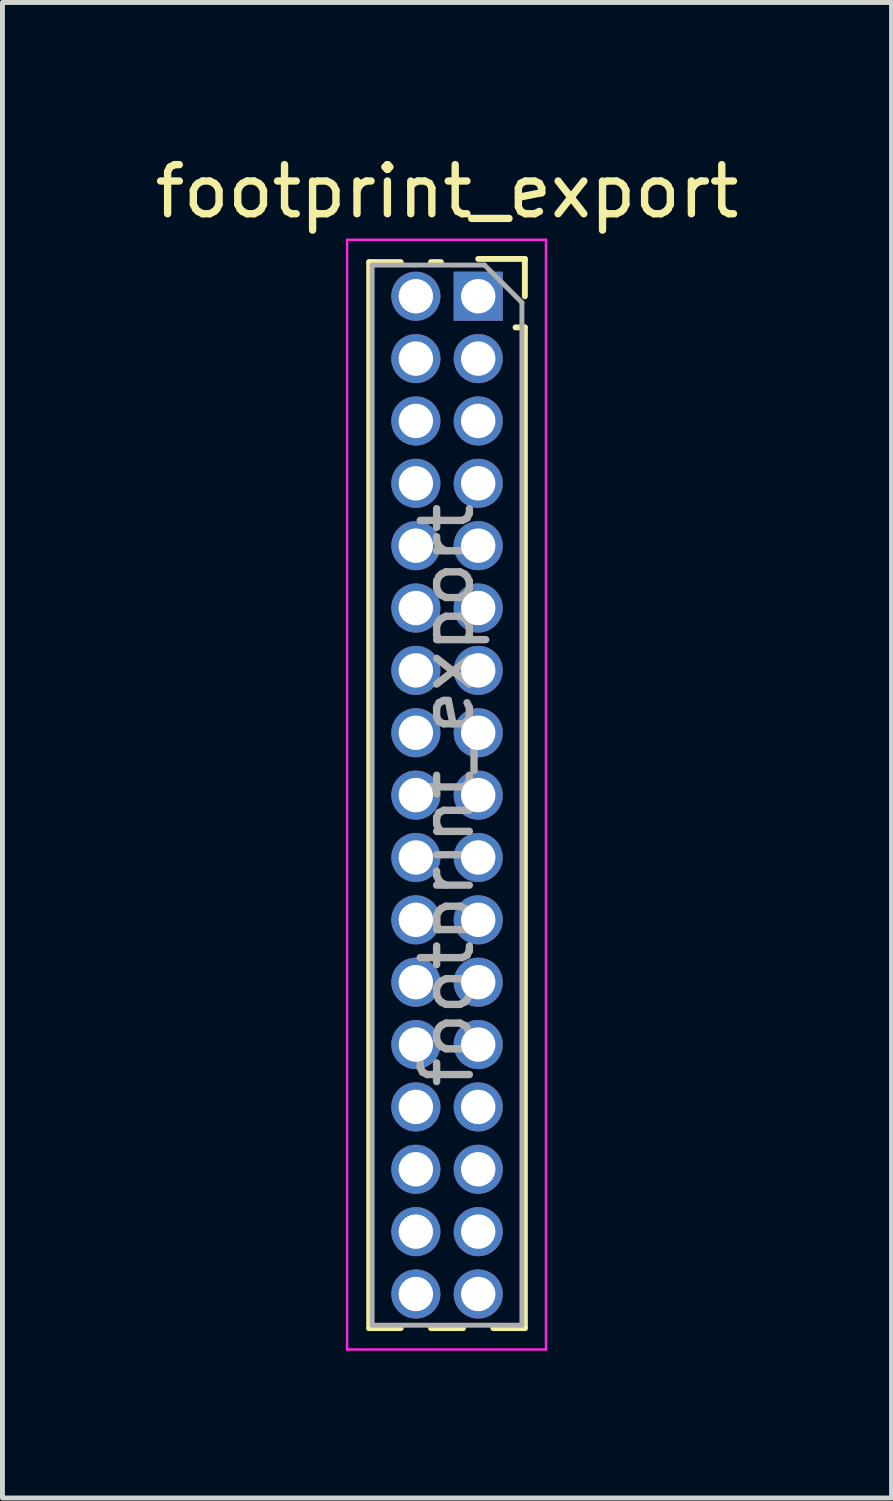
<source format=kicad_pcb>
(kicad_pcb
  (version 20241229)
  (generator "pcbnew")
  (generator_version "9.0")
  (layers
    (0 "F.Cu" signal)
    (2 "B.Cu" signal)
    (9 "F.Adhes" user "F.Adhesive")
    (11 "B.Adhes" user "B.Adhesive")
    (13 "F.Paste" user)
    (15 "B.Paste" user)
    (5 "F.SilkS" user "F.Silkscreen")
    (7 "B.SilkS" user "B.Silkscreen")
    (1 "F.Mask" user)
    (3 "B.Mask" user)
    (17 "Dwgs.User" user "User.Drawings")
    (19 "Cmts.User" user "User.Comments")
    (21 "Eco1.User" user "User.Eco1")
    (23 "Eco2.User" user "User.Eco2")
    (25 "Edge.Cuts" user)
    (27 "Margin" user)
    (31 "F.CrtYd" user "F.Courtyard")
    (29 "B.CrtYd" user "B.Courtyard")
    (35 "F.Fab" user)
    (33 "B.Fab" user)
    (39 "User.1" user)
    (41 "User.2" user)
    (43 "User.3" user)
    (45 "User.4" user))
  (footprint "footprint_export"
    (layer "F.Cu")
    (at 6.689 2.983)
    (property "Reference" "footprint_export" (at -0.635 -2.135 0) (layer "F.SilkS") (effects (font (size 1 1) (thickness 0.15))))
    (attr through_hole)
    (fp_line (start -2.22 -0.695) (end -2.22 21.015) (stroke (width 0.12) (type solid)) (layer "F.SilkS"))
    (fp_line (start -2.22 -0.695) (end -1.578 -0.695) (stroke (width 0.12) (type solid)) (layer "F.SilkS"))
    (fp_line (start -2.22 21.015) (end -1.578 21.015) (stroke (width 0.12) (type solid)) (layer "F.SilkS"))
    (fp_line (start -0.962 -0.695) (end -0.76 -0.695) (stroke (width 0.12) (type solid)) (layer "F.SilkS"))
    (fp_line (start -0.962 21.015) (end -0.308 21.015) (stroke (width 0.12) (type solid)) (layer "F.SilkS"))
    (fp_line (start 0 -0.76) (end 0.95 -0.76) (stroke (width 0.12) (type solid)) (layer "F.SilkS"))
    (fp_line (start 0.308 21.015) (end 0.95 21.015) (stroke (width 0.12) (type solid)) (layer "F.SilkS"))
    (fp_line (start 0.76 0.635) (end 0.95 0.635) (stroke (width 0.12) (type solid)) (layer "F.SilkS"))
    (fp_line (start 0.95 -0.76) (end 0.95 0) (stroke (width 0.12) (type solid)) (layer "F.SilkS"))
    (fp_line (start 0.95 0.635) (end 0.95 21.015) (stroke (width 0.12) (type solid)) (layer "F.SilkS"))
    (fp_line (start -2.67 -1.15) (end 1.38 -1.15) (stroke (width 0.05) (type solid)) (layer "F.CrtYd"))
    (fp_line (start -2.67 21.45) (end -2.67 -1.15) (stroke (width 0.05) (type solid)) (layer "F.CrtYd"))
    (fp_line (start 1.38 -1.15) (end 1.38 21.45) (stroke (width 0.05) (type solid)) (layer "F.CrtYd"))
    (fp_line (start 1.38 21.45) (end -2.67 21.45) (stroke (width 0.05) (type solid)) (layer "F.CrtYd"))
    (fp_line (start -2.16 -0.635) (end 0.128 -0.635) (stroke (width 0.1) (type solid)) (layer "F.Fab"))
    (fp_line (start -2.16 20.955) (end -2.16 -0.635) (stroke (width 0.1) (type solid)) (layer "F.Fab"))
    (fp_line (start 0.128 -0.635) (end 0.89 0.128) (stroke (width 0.1) (type solid)) (layer "F.Fab"))
    (fp_line (start 0.89 0.128) (end 0.89 20.955) (stroke (width 0.1) (type solid)) (layer "F.Fab"))
    (fp_line (start 0.89 20.955) (end -2.16 20.955) (stroke (width 0.1) (type solid)) (layer "F.Fab"))
    (fp_text user "${REFERENCE}" (at -0.635 10.16 90) (layer "F.Fab") (effects (font (size 1 1) (thickness 0.15))))
    (pad "1" thru_hole rect (at 0 0) (size 1 1) (drill 0.7) (layers "*.Cu" "*.Mask"))
    (pad "2" thru_hole oval (at -1.27 0) (size 1 1) (drill 0.7) (layers "*.Cu" "*.Mask"))
    (pad "3" thru_hole oval (at 0 1.27) (size 1 1) (drill 0.7) (layers "*.Cu" "*.Mask"))
    (pad "4" thru_hole oval (at -1.27 1.27) (size 1 1) (drill 0.7) (layers "*.Cu" "*.Mask"))
    (pad "5" thru_hole oval (at 0 2.54) (size 1 1) (drill 0.7) (layers "*.Cu" "*.Mask"))
    (pad "6" thru_hole oval (at -1.27 2.54) (size 1 1) (drill 0.7) (layers "*.Cu" "*.Mask"))
    (pad "7" thru_hole oval (at 0 3.81) (size 1 1) (drill 0.7) (layers "*.Cu" "*.Mask"))
    (pad "8" thru_hole oval (at -1.27 3.81) (size 1 1) (drill 0.7) (layers "*.Cu" "*.Mask"))
    (pad "9" thru_hole oval (at 0 5.08) (size 1 1) (drill 0.7) (layers "*.Cu" "*.Mask"))
    (pad "10" thru_hole oval (at -1.27 5.08) (size 1 1) (drill 0.7) (layers "*.Cu" "*.Mask"))
    (pad "11" thru_hole oval (at 0 6.35) (size 1 1) (drill 0.7) (layers "*.Cu" "*.Mask"))
    (pad "12" thru_hole oval (at -1.27 6.35) (size 1 1) (drill 0.7) (layers "*.Cu" "*.Mask"))
    (pad "13" thru_hole oval (at 0 7.62) (size 1 1) (drill 0.7) (layers "*.Cu" "*.Mask"))
    (pad "14" thru_hole oval (at -1.27 7.62) (size 1 1) (drill 0.7) (layers "*.Cu" "*.Mask"))
    (pad "15" thru_hole oval (at 0 8.89) (size 1 1) (drill 0.7) (layers "*.Cu" "*.Mask"))
    (pad "16" thru_hole oval (at -1.27 8.89) (size 1 1) (drill 0.7) (layers "*.Cu" "*.Mask"))
    (pad "17" thru_hole oval (at 0 10.16) (size 1 1) (drill 0.7) (layers "*.Cu" "*.Mask"))
    (pad "18" thru_hole oval (at -1.27 10.16) (size 1 1) (drill 0.7) (layers "*.Cu" "*.Mask"))
    (pad "19" thru_hole oval (at 0 11.43) (size 1 1) (drill 0.7) (layers "*.Cu" "*.Mask"))
    (pad "20" thru_hole oval (at -1.27 11.43) (size 1 1) (drill 0.7) (layers "*.Cu" "*.Mask"))
    (pad "21" thru_hole oval (at 0 12.7) (size 1 1) (drill 0.7) (layers "*.Cu" "*.Mask"))
    (pad "22" thru_hole oval (at -1.27 12.7) (size 1 1) (drill 0.7) (layers "*.Cu" "*.Mask"))
    (pad "23" thru_hole oval (at 0 13.97) (size 1 1) (drill 0.7) (layers "*.Cu" "*.Mask"))
    (pad "24" thru_hole oval (at -1.27 13.97) (size 1 1) (drill 0.7) (layers "*.Cu" "*.Mask"))
    (pad "25" thru_hole oval (at 0 15.24) (size 1 1) (drill 0.7) (layers "*.Cu" "*.Mask"))
    (pad "26" thru_hole oval (at -1.27 15.24) (size 1 1) (drill 0.7) (layers "*.Cu" "*.Mask"))
    (pad "27" thru_hole oval (at 0 16.51) (size 1 1) (drill 0.7) (layers "*.Cu" "*.Mask"))
    (pad "28" thru_hole oval (at -1.27 16.51) (size 1 1) (drill 0.7) (layers "*.Cu" "*.Mask"))
    (pad "29" thru_hole oval (at 0 17.78) (size 1 1) (drill 0.7) (layers "*.Cu" "*.Mask"))
    (pad "30" thru_hole oval (at -1.27 17.78) (size 1 1) (drill 0.7) (layers "*.Cu" "*.Mask"))
    (pad "31" thru_hole oval (at 0 19.05) (size 1 1) (drill 0.7) (layers "*.Cu" "*.Mask"))
    (pad "32" thru_hole oval (at -1.27 19.05) (size 1 1) (drill 0.7) (layers "*.Cu" "*.Mask"))
    (pad "33" thru_hole oval (at 0 20.32) (size 1 1) (drill 0.7) (layers "*.Cu" "*.Mask"))
    (pad "34" thru_hole oval (at -1.27 20.32) (size 1 1) (drill 0.7) (layers "*.Cu" "*.Mask")))
  (gr_rect
    (start -3 -3)
    (end 15.107 27.458)
    (stroke (width 0.1) (type default))
    (fill no)
    (layer "Edge.Cuts")))
</source>
